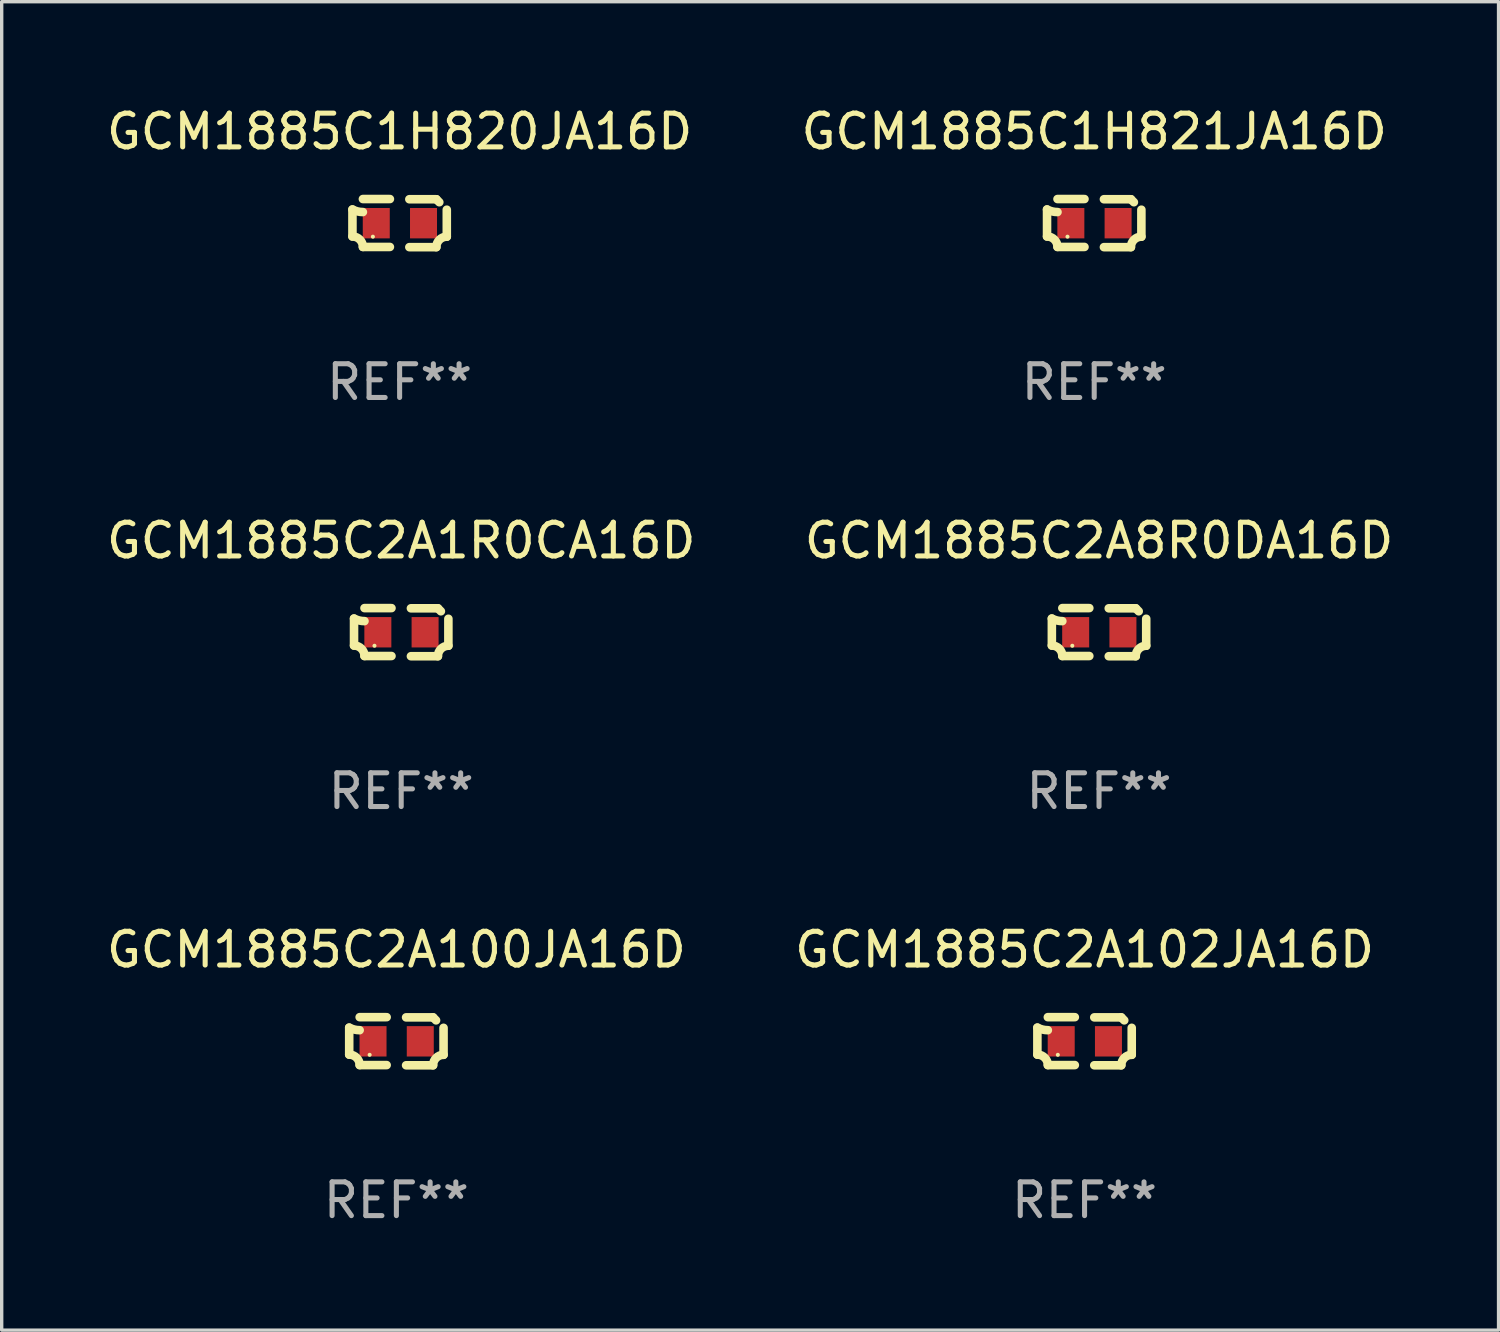
<source format=kicad_pcb>
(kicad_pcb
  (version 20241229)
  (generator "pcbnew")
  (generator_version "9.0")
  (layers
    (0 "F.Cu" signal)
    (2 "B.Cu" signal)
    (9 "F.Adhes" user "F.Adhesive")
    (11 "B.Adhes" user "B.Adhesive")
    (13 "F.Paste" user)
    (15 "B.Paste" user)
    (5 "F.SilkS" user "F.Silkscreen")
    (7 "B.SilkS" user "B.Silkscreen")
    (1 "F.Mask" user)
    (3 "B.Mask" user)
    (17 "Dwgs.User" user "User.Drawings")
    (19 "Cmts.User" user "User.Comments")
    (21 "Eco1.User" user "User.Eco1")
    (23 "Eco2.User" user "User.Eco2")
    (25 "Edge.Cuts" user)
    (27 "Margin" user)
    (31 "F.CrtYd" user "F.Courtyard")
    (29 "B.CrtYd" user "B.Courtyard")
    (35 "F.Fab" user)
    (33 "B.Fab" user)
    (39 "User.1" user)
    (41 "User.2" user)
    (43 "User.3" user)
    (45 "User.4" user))
  (footprint "GCM1885C2A100JA16D"
    (layer "F.Cu")
    (at 8.696 27.805)
    (property "Reference" "GCM1885C2A100JA16D" (at 0 -2.713 0) (layer "F.SilkS") (effects (font (size 1 1) (thickness 0.15))))
    (attr through_hole)
    (fp_line (start -1.398 -0.403) (end -1.398 0.397) (stroke (width 0.254) (type solid)) (layer "F.SilkS"))
    (fp_line (start -0.288 -0.713) (end -1.088 -0.713) (stroke (width 0.254) (type solid)) (layer "F.SilkS"))
    (fp_line (start -0.288 0.707) (end -1.088 0.707) (stroke (width 0.254) (type solid)) (layer "F.SilkS"))
    (fp_line (start 0.288 -0.707) (end 1.088 -0.707) (stroke (width 0.254) (type solid)) (layer "F.SilkS"))
    (fp_line (start 0.288 0.713) (end 1.088 0.713) (stroke (width 0.254) (type solid)) (layer "F.SilkS"))
    (fp_line (start 1.398 -0.397) (end 1.398 0.403) (stroke (width 0.254) (type solid)) (layer "F.SilkS"))
    (fp_arc (start -1.397789 0.397066) (mid -1.178701 0.487826) (end -1.08796 0.706922) (stroke (width 0.254001) (type solid)) (layer "F.SilkS"))
    (fp_arc (start -1.08796 -0.327176) (mid -1.247436 -0.346384) (end -1.39779 -0.402908) (stroke (width 0.254001) (type solid)) (layer "F.SilkS"))
    (fp_arc (start 1.087909 0.712738) (mid 1.178656 0.493655) (end 1.397739 0.402908) (stroke (width 0.254001) (type solid)) (layer "F.SilkS"))
    (fp_arc (start 1.175925 -0.618926) (mid 1.131917 -0.662923) (end 1.08791 -0.706922) (stroke (width 0.254001) (type solid)) (layer "F.SilkS"))
    (fp_circle (center -0.792 0.403) (end -0.762 0.403) (stroke (width 0.06) (type solid)) (fill no) (layer "F.SilkS"))
    (fp_text user "REF**" (at 0 4.713 0) (layer "F.Fab") (effects (font (size 1 1) (thickness 0.15))))
    (pad "1" smd rect (at -0.692 0.003) (size 0.8 0.9) (layers "F.Cu" "F.Mask" "F.Paste"))
    (pad "2" smd rect (at 0.708 0.003) (size 0.8 0.9) (layers "F.Cu" "F.Mask" "F.Paste")))
  (footprint "GCM1885C1H821JA16D"
    (layer "F.Cu")
    (at 29.375 3.561)
    (property "Reference" "GCM1885C1H821JA16D" (at 0 -2.713 0) (layer "F.SilkS") (effects (font (size 1 1) (thickness 0.15))))
    (attr through_hole)
    (fp_line (start -1.398 -0.403) (end -1.398 0.397) (stroke (width 0.254) (type solid)) (layer "F.SilkS"))
    (fp_line (start -0.288 -0.713) (end -1.088 -0.713) (stroke (width 0.254) (type solid)) (layer "F.SilkS"))
    (fp_line (start -0.288 0.707) (end -1.088 0.707) (stroke (width 0.254) (type solid)) (layer "F.SilkS"))
    (fp_line (start 0.288 -0.707) (end 1.088 -0.707) (stroke (width 0.254) (type solid)) (layer "F.SilkS"))
    (fp_line (start 0.288 0.713) (end 1.088 0.713) (stroke (width 0.254) (type solid)) (layer "F.SilkS"))
    (fp_line (start 1.398 -0.397) (end 1.398 0.403) (stroke (width 0.254) (type solid)) (layer "F.SilkS"))
    (fp_arc (start -1.397789 0.397066) (mid -1.178701 0.487826) (end -1.08796 0.706922) (stroke (width 0.254001) (type solid)) (layer "F.SilkS"))
    (fp_arc (start -1.08796 -0.327176) (mid -1.247436 -0.346384) (end -1.39779 -0.402908) (stroke (width 0.254001) (type solid)) (layer "F.SilkS"))
    (fp_arc (start 1.087909 0.712738) (mid 1.178656 0.493655) (end 1.397739 0.402908) (stroke (width 0.254001) (type solid)) (layer "F.SilkS"))
    (fp_arc (start 1.175925 -0.618926) (mid 1.131917 -0.662923) (end 1.08791 -0.706922) (stroke (width 0.254001) (type solid)) (layer "F.SilkS"))
    (fp_circle (center -0.792 0.403) (end -0.762 0.403) (stroke (width 0.06) (type solid)) (fill no) (layer "F.SilkS"))
    (fp_text user "REF**" (at 0 4.713 0) (layer "F.Fab") (effects (font (size 1 1) (thickness 0.15))))
    (pad "1" smd rect (at -0.692 0.003) (size 0.8 0.9) (layers "F.Cu" "F.Mask" "F.Paste"))
    (pad "2" smd rect (at 0.708 0.003) (size 0.8 0.9) (layers "F.Cu" "F.Mask" "F.Paste")))
  (footprint "GCM1885C2A1R0CA16D"
    (layer "F.Cu")
    (at 8.839 15.683)
    (property "Reference" "GCM1885C2A1R0CA16D" (at 0 -2.713 0) (layer "F.SilkS") (effects (font (size 1 1) (thickness 0.15))))
    (attr through_hole)
    (fp_line (start -1.398 -0.403) (end -1.398 0.397) (stroke (width 0.254) (type solid)) (layer "F.SilkS"))
    (fp_line (start -0.288 -0.713) (end -1.088 -0.713) (stroke (width 0.254) (type solid)) (layer "F.SilkS"))
    (fp_line (start -0.288 0.707) (end -1.088 0.707) (stroke (width 0.254) (type solid)) (layer "F.SilkS"))
    (fp_line (start 0.288 -0.707) (end 1.088 -0.707) (stroke (width 0.254) (type solid)) (layer "F.SilkS"))
    (fp_line (start 0.288 0.713) (end 1.088 0.713) (stroke (width 0.254) (type solid)) (layer "F.SilkS"))
    (fp_line (start 1.398 -0.397) (end 1.398 0.403) (stroke (width 0.254) (type solid)) (layer "F.SilkS"))
    (fp_arc (start -1.397789 0.397066) (mid -1.178701 0.487826) (end -1.08796 0.706922) (stroke (width 0.254001) (type solid)) (layer "F.SilkS"))
    (fp_arc (start -1.08796 -0.327176) (mid -1.247436 -0.346384) (end -1.39779 -0.402908) (stroke (width 0.254001) (type solid)) (layer "F.SilkS"))
    (fp_arc (start 1.087909 0.712738) (mid 1.178656 0.493655) (end 1.397739 0.402908) (stroke (width 0.254001) (type solid)) (layer "F.SilkS"))
    (fp_arc (start 1.175925 -0.618926) (mid 1.131917 -0.662923) (end 1.08791 -0.706922) (stroke (width 0.254001) (type solid)) (layer "F.SilkS"))
    (fp_circle (center -0.792 0.403) (end -0.762 0.403) (stroke (width 0.06) (type solid)) (fill no) (layer "F.SilkS"))
    (fp_text user "REF**" (at 0 4.713 0) (layer "F.Fab") (effects (font (size 1 1) (thickness 0.15))))
    (pad "1" smd rect (at -0.692 0.003) (size 0.8 0.9) (layers "F.Cu" "F.Mask" "F.Paste"))
    (pad "2" smd rect (at 0.708 0.003) (size 0.8 0.9) (layers "F.Cu" "F.Mask" "F.Paste")))
  (footprint "GCM1885C1H820JA16D"
    (layer "F.Cu")
    (at 8.792 3.561)
    (property "Reference" "GCM1885C1H820JA16D" (at 0 -2.713 0) (layer "F.SilkS") (effects (font (size 1 1) (thickness 0.15))))
    (attr through_hole)
    (fp_line (start -1.398 -0.403) (end -1.398 0.397) (stroke (width 0.254) (type solid)) (layer "F.SilkS"))
    (fp_line (start -0.288 -0.713) (end -1.088 -0.713) (stroke (width 0.254) (type solid)) (layer "F.SilkS"))
    (fp_line (start -0.288 0.707) (end -1.088 0.707) (stroke (width 0.254) (type solid)) (layer "F.SilkS"))
    (fp_line (start 0.288 -0.707) (end 1.088 -0.707) (stroke (width 0.254) (type solid)) (layer "F.SilkS"))
    (fp_line (start 0.288 0.713) (end 1.088 0.713) (stroke (width 0.254) (type solid)) (layer "F.SilkS"))
    (fp_line (start 1.398 -0.397) (end 1.398 0.403) (stroke (width 0.254) (type solid)) (layer "F.SilkS"))
    (fp_arc (start -1.397789 0.397066) (mid -1.178701 0.487826) (end -1.08796 0.706922) (stroke (width 0.254001) (type solid)) (layer "F.SilkS"))
    (fp_arc (start -1.08796 -0.327176) (mid -1.247436 -0.346384) (end -1.39779 -0.402908) (stroke (width 0.254001) (type solid)) (layer "F.SilkS"))
    (fp_arc (start 1.087909 0.712738) (mid 1.178656 0.493655) (end 1.397739 0.402908) (stroke (width 0.254001) (type solid)) (layer "F.SilkS"))
    (fp_arc (start 1.175925 -0.618926) (mid 1.131917 -0.662923) (end 1.08791 -0.706922) (stroke (width 0.254001) (type solid)) (layer "F.SilkS"))
    (fp_circle (center -0.792 0.403) (end -0.762 0.403) (stroke (width 0.06) (type solid)) (fill no) (layer "F.SilkS"))
    (fp_text user "REF**" (at 0 4.713 0) (layer "F.Fab") (effects (font (size 1 1) (thickness 0.15))))
    (pad "1" smd rect (at -0.692 0.003) (size 0.8 0.9) (layers "F.Cu" "F.Mask" "F.Paste"))
    (pad "2" smd rect (at 0.708 0.003) (size 0.8 0.9) (layers "F.Cu" "F.Mask" "F.Paste")))
  (footprint "GCM1885C2A8R0DA16D"
    (layer "F.Cu")
    (at 29.518 15.683)
    (property "Reference" "GCM1885C2A8R0DA16D" (at 0 -2.713 0) (layer "F.SilkS") (effects (font (size 1 1) (thickness 0.15))))
    (attr through_hole)
    (fp_line (start -1.398 -0.403) (end -1.398 0.397) (stroke (width 0.254) (type solid)) (layer "F.SilkS"))
    (fp_line (start -0.288 -0.713) (end -1.088 -0.713) (stroke (width 0.254) (type solid)) (layer "F.SilkS"))
    (fp_line (start -0.288 0.707) (end -1.088 0.707) (stroke (width 0.254) (type solid)) (layer "F.SilkS"))
    (fp_line (start 0.288 -0.707) (end 1.088 -0.707) (stroke (width 0.254) (type solid)) (layer "F.SilkS"))
    (fp_line (start 0.288 0.713) (end 1.088 0.713) (stroke (width 0.254) (type solid)) (layer "F.SilkS"))
    (fp_line (start 1.398 -0.397) (end 1.398 0.403) (stroke (width 0.254) (type solid)) (layer "F.SilkS"))
    (fp_arc (start -1.397789 0.397066) (mid -1.178701 0.487826) (end -1.08796 0.706922) (stroke (width 0.254001) (type solid)) (layer "F.SilkS"))
    (fp_arc (start -1.08796 -0.327176) (mid -1.247436 -0.346384) (end -1.39779 -0.402908) (stroke (width 0.254001) (type solid)) (layer "F.SilkS"))
    (fp_arc (start 1.087909 0.712738) (mid 1.178656 0.493655) (end 1.397739 0.402908) (stroke (width 0.254001) (type solid)) (layer "F.SilkS"))
    (fp_arc (start 1.175925 -0.618926) (mid 1.131917 -0.662923) (end 1.08791 -0.706922) (stroke (width 0.254001) (type solid)) (layer "F.SilkS"))
    (fp_circle (center -0.792 0.403) (end -0.762 0.403) (stroke (width 0.06) (type solid)) (fill no) (layer "F.SilkS"))
    (fp_text user "REF**" (at 0 4.713 0) (layer "F.Fab") (effects (font (size 1 1) (thickness 0.15))))
    (pad "1" smd rect (at -0.692 0.003) (size 0.8 0.9) (layers "F.Cu" "F.Mask" "F.Paste"))
    (pad "2" smd rect (at 0.708 0.003) (size 0.8 0.9) (layers "F.Cu" "F.Mask" "F.Paste")))
  (footprint "GCM1885C2A102JA16D"
    (layer "F.Cu")
    (at 29.089 27.805)
    (property "Reference" "GCM1885C2A102JA16D" (at 0 -2.713 0) (layer "F.SilkS") (effects (font (size 1 1) (thickness 0.15))))
    (attr through_hole)
    (fp_line (start -1.398 -0.403) (end -1.398 0.397) (stroke (width 0.254) (type solid)) (layer "F.SilkS"))
    (fp_line (start -0.288 -0.713) (end -1.088 -0.713) (stroke (width 0.254) (type solid)) (layer "F.SilkS"))
    (fp_line (start -0.288 0.707) (end -1.088 0.707) (stroke (width 0.254) (type solid)) (layer "F.SilkS"))
    (fp_line (start 0.288 -0.707) (end 1.088 -0.707) (stroke (width 0.254) (type solid)) (layer "F.SilkS"))
    (fp_line (start 0.288 0.713) (end 1.088 0.713) (stroke (width 0.254) (type solid)) (layer "F.SilkS"))
    (fp_line (start 1.398 -0.397) (end 1.398 0.403) (stroke (width 0.254) (type solid)) (layer "F.SilkS"))
    (fp_arc (start -1.397789 0.397066) (mid -1.178701 0.487826) (end -1.08796 0.706922) (stroke (width 0.254001) (type solid)) (layer "F.SilkS"))
    (fp_arc (start -1.08796 -0.327176) (mid -1.247436 -0.346384) (end -1.39779 -0.402908) (stroke (width 0.254001) (type solid)) (layer "F.SilkS"))
    (fp_arc (start 1.087909 0.712738) (mid 1.178656 0.493655) (end 1.397739 0.402908) (stroke (width 0.254001) (type solid)) (layer "F.SilkS"))
    (fp_arc (start 1.175925 -0.618926) (mid 1.131917 -0.662923) (end 1.08791 -0.706922) (stroke (width 0.254001) (type solid)) (layer "F.SilkS"))
    (fp_circle (center -0.792 0.403) (end -0.762 0.403) (stroke (width 0.06) (type solid)) (fill no) (layer "F.SilkS"))
    (fp_text user "REF**" (at 0 4.713 0) (layer "F.Fab") (effects (font (size 1 1) (thickness 0.15))))
    (pad "1" smd rect (at -0.692 0.003) (size 0.8 0.9) (layers "F.Cu" "F.Mask" "F.Paste"))
    (pad "2" smd rect (at 0.708 0.003) (size 0.8 0.9) (layers "F.Cu" "F.Mask" "F.Paste")))
  (gr_rect
    (start -3 -3)
    (end 41.357 36.366)
    (stroke (width 0.1) (type default))
    (fill no)
    (layer "Edge.Cuts")))
</source>
